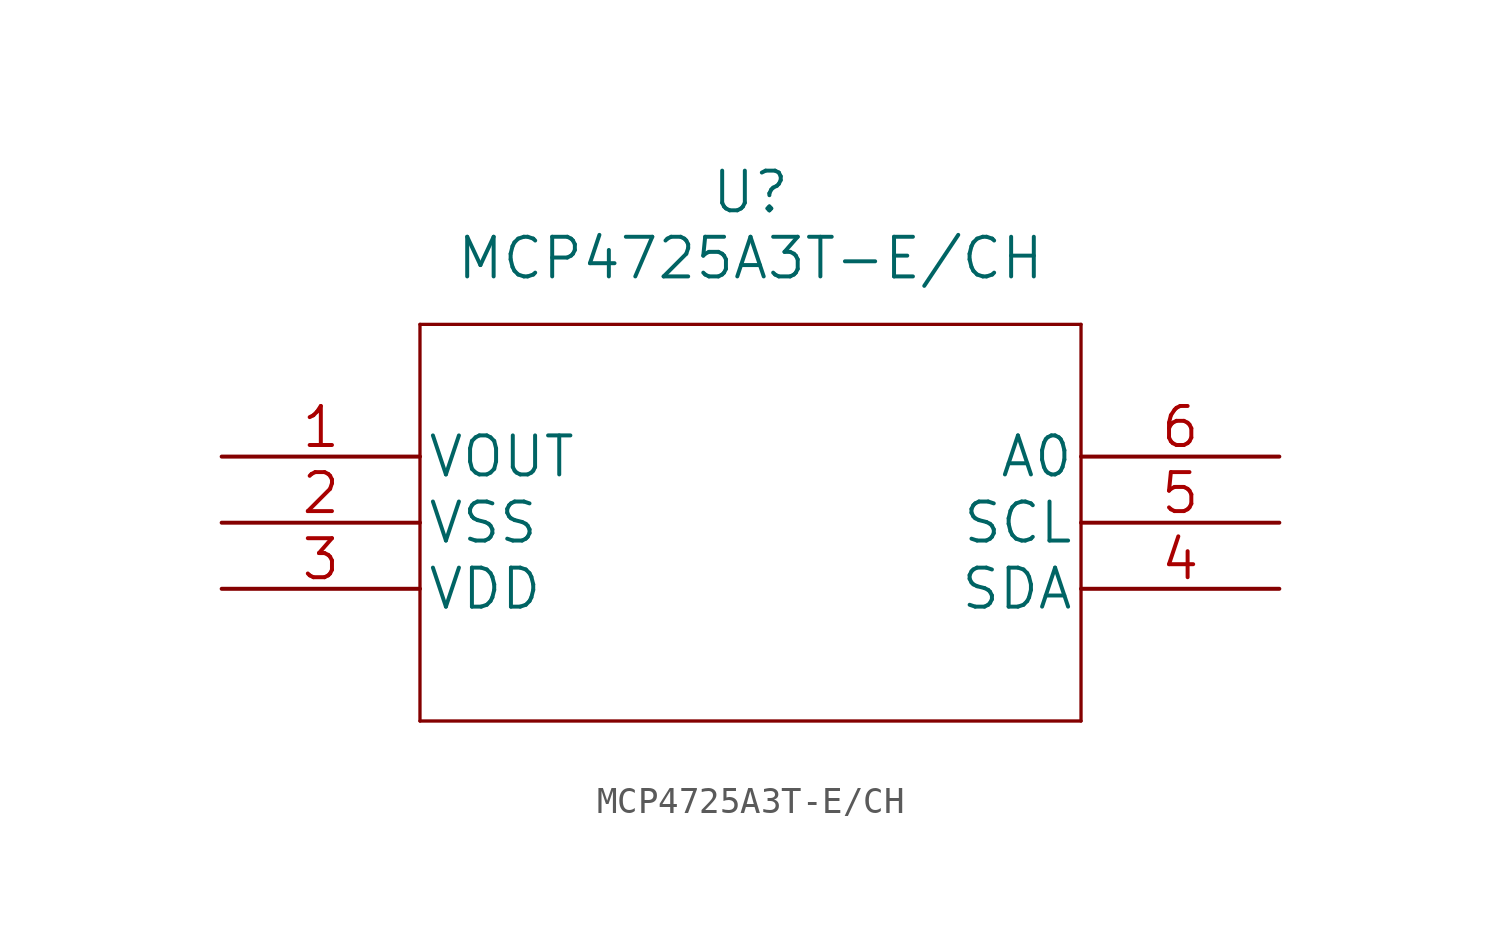
<source format=kicad_sym>
(kicad_symbol_lib
  (version 20220914)
  (generator kicad_symbol_editor)
  (symbol "MCP4725A3T-E/CH"
    (pin_names
      (offset 0.254))
    (property "Reference" "U"
      (at 20.32 10.16 0)
      (effects (font (size 1.524 1.524))))
    (property "Value" "MCP4725A3T-E/CH"
      (at 20.32 7.62 0)
      (effects (font (size 1.524 1.524))))
    (property "Datasheet" ""
      (at 0 0 0)
      (effects (font (size 1.524 1.524))))
    (property "ki_locked" ""
      (at 0 0 0)
      (effects (font (size 1.27 1.27))))
    (symbol "MCP4725A3T-E/CH_1_1"
      (polyline (pts (xy 7.62 -10.16) (xy 33.02 -10.16)) (stroke (width 0.127) (type solid)) (fill (type none)))
      (polyline (pts (xy 7.62 5.08) (xy 7.62 -10.16)) (stroke (width 0.127) (type solid)) (fill (type none)))
      (polyline (pts (xy 33.02 -10.16) (xy 33.02 5.08)) (stroke (width 0.127) (type solid)) (fill (type none)))
      (polyline (pts (xy 33.02 5.08) (xy 7.62 5.08)) (stroke (width 0.127) (type solid)) (fill (type none)))
      (pin unspecified line (at 0 0 0) (length 7.62) (name "VOUT" (effects (font (size 1.499 1.499)))) (number "1" (effects (font (size 1.499 1.499)))))
      (pin unspecified line (at 0 -2.54 0) (length 7.62) (name "VSS" (effects (font (size 1.499 1.499)))) (number "2" (effects (font (size 1.499 1.499)))))
      (pin unspecified line (at 0 -5.08 0) (length 7.62) (name "VDD" (effects (font (size 1.499 1.499)))) (number "3" (effects (font (size 1.499 1.499)))))
      (pin unspecified line (at 40.64 -5.08 180) (length 7.62) (name "SDA" (effects (font (size 1.499 1.499)))) (number "4" (effects (font (size 1.499 1.499)))))
      (pin unspecified line (at 40.64 -2.54 180) (length 7.62) (name "SCL" (effects (font (size 1.499 1.499)))) (number "5" (effects (font (size 1.499 1.499)))))
      (pin unspecified line (at 40.64 0 180) (length 7.62) (name "A0" (effects (font (size 1.499 1.499)))) (number "6" (effects (font (size 1.499 1.499))))))))
</source>
